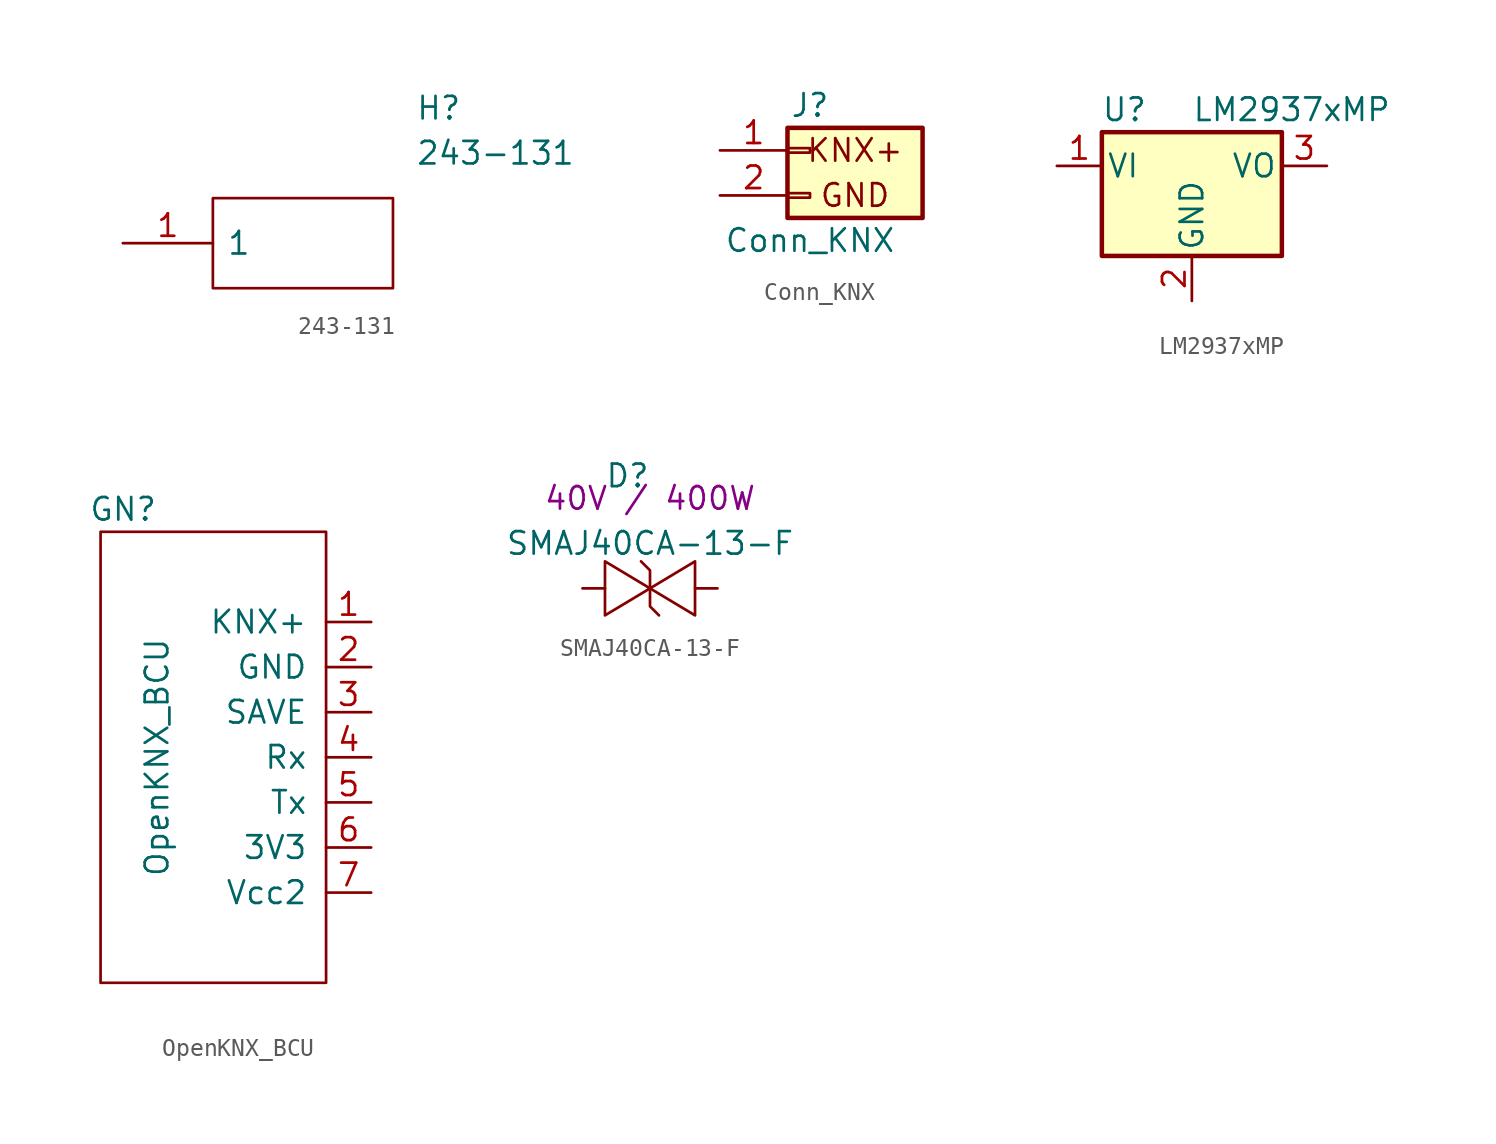
<source format=kicad_sym>
(kicad_symbol_lib
  (version 20241209)
  (generator "kicad_symbol_editor")
  (generator_version "9.0")
  (symbol "243-131"
    (pin_names
      (offset 0.762))
    (property "Reference" "H"
      (at 16.51 7.62 0)
      (effects (font (size 1.27 1.27)) (justify left)))
    (property "Value" "243-131"
      (at 16.51 5.08 0)
      (effects (font (size 1.27 1.27)) (justify left)))
    (symbol "243-131_0_0"
      (pin passive line (at 0 0 0) (length 5.08) (name "1" (effects (font (size 1.27 1.27)))) (number "1" (effects (font (size 1.27 1.27))))))
    (symbol "243-131_0_1"
      (polyline (pts (xy 5.08 2.54) (xy 15.24 2.54) (xy 15.24 -2.54) (xy 5.08 -2.54) (xy 5.08 2.54)) (stroke (width 0.152) (type default)) (fill (type none)))))
  (symbol "Conn_KNX"
    (pin_names
      (offset 1.016)
      (hide yes))
    (property "Reference" "J"
      (at 0 2.54 0)
      (effects (font (size 1.27 1.27))))
    (property "Value" "Conn_KNX"
      (at 0 -5.08 0)
      (effects (font (size 1.27 1.27))))
    (symbol "Conn_KNX_0_0"
      (text "KNX+" (at 2.54 0 0) (effects (font (size 1.27 1.27))))
      (text "GND" (at 2.54 -2.54 0) (effects (font (size 1.27 1.27)))))
    (symbol "Conn_KNX_1_1"
      (rectangle (start -1.27 1.27) (end 6.35 -3.81) (stroke (width 0.254) (type default)) (fill (type background)))
      (rectangle (start -1.27 0.127) (end 0 -0.127) (stroke (width 0.152) (type default)) (fill (type none)))
      (rectangle (start -1.27 -2.413) (end 0 -2.667) (stroke (width 0.152) (type default)) (fill (type none)))
      (pin passive line (at -5.08 0 0) (length 3.81) (name "Pin_1" (effects (font (size 1.27 1.27)))) (number "1" (effects (font (size 1.27 1.27)))))
      (pin passive line (at -5.08 -2.54 0) (length 3.81) (name "Pin_2" (effects (font (size 1.27 1.27)))) (number "2" (effects (font (size 1.27 1.27)))))))
  (symbol "LM2937xMP"
    (pin_names
      (offset 0.254))
    (property "Reference" "U"
      (at -3.81 3.175 0)
      (effects (font (size 1.27 1.27))))
    (property "Value" "LM2937xMP"
      (at 0 3.175 0)
      (effects (font (size 1.27 1.27)) (justify left)))
    (symbol "LM2937xMP_0_1"
      (rectangle (start -5.08 -5.08) (end 5.08 1.905) (stroke (width 0.254) (type default)) (fill (type background))))
    (symbol "LM2937xMP_1_1"
      (pin power_in line (at -7.62 0 0) (length 2.54) (name "VI" (effects (font (size 1.27 1.27)))) (number "1" (effects (font (size 1.27 1.27)))))
      (pin power_in line (at 0 -7.62 90) (length 2.54) (name "GND" (effects (font (size 1.27 1.27)))) (number "2" (effects (font (size 1.27 1.27)))))
      (pin power_out line (at 7.62 0 180) (length 2.54) (name "VO" (effects (font (size 1.27 1.27)))) (number "3" (effects (font (size 1.27 1.27)))))))
  (symbol "OpenKNX_BCU"
    (pin_names
      (offset 1.016))
    (property "Reference" "GN"
      (at -5.08 13.97 0)
      (effects (font (size 1.27 1.27))))
    (property "Value" "OpenKNX_BCU"
      (at -3.175 0 90)
      (effects (font (size 1.27 1.27))))
    (symbol "OpenKNX_BCU_0_1"
      (rectangle (start 6.35 12.7) (end -6.35 -12.7) (stroke (width 0) (type default)) (fill (type none))))
    (symbol "OpenKNX_BCU_1_1"
      (pin bidirectional line (at 8.89 7.62 180) (length 2.54) (name "KNX+" (effects (font (size 1.27 1.27)))) (number "1" (effects (font (size 1.27 1.27)))))
      (pin bidirectional line (at 8.89 5.08 180) (length 2.54) (name "GND" (effects (font (size 1.27 1.27)))) (number "2" (effects (font (size 1.27 1.27)))))
      (pin output line (at 8.89 2.54 180) (length 2.54) (name "SAVE" (effects (font (size 1.27 1.27)))) (number "3" (effects (font (size 1.27 1.27)))))
      (pin input line (at 8.89 0 180) (length 2.54) (name "Rx" (effects (font (size 1.27 1.27)))) (number "4" (effects (font (size 1.27 1.27)))))
      (pin output line (at 8.89 -2.54 180) (length 2.54) (name "Tx" (effects (font (size 1.27 1.27)))) (number "5" (effects (font (size 1.27 1.27)))))
      (pin power_out line (at 8.89 -5.08 180) (length 2.54) (name "3V3" (effects (font (size 1.27 1.27)))) (number "6" (effects (font (size 1.27 1.27)))))
      (pin power_out line (at 8.89 -7.62 180) (length 2.54) (name "Vcc2" (effects (font (size 1.27 1.27)))) (number "7" (effects (font (size 1.27 1.27)))))))
  (symbol "SMAJ40CA-13-F"
    (pin_numbers
      (hide yes))
    (pin_names
      (offset 1.016)
      (hide yes))
    (property "Reference" "D"
      (at 2.54 8.89 0)
      (effects (font (size 1.27 1.27))))
    (property "Value" "SMAJ40CA-13-F"
      (at 3.81 5.08 0)
      (effects (font (size 1.27 1.27))))
    (property "Rating" "40V / 400W"
      (at 3.81 7.62 0)
      (effects (font (size 1.27 1.27))))
    (symbol "SMAJ40CA-13-F_0_1"
      (polyline (pts (xy 1.27 2.54) (xy 1.27 4.064) (xy 3.81 2.54) (xy 1.27 1.016) (xy 1.27 2.54)) (stroke (width 0) (type default)) (fill (type none)))
      (polyline (pts (xy 3.302 4.064) (xy 3.81 3.556) (xy 3.81 1.524) (xy 4.318 1.016)) (stroke (width 0) (type default)) (fill (type none)))
      (polyline (pts (xy 6.35 2.54) (xy 6.35 4.064) (xy 3.81 2.54) (xy 6.35 1.016) (xy 6.35 2.54)) (stroke (width 0) (type default)) (fill (type none))))
    (symbol "SMAJ40CA-13-F_1_1"
      (pin passive line (at 0 2.54 0) (length 1.27) (name "A" (effects (font (size 1.27 1.27)))) (number "A" (effects (font (size 1.27 1.27)))))
      (pin passive line (at 7.62 2.54 180) (length 1.27) (name "C" (effects (font (size 1.27 1.27)))) (number "C" (effects (font (size 1.27 1.27))))))))
</source>
